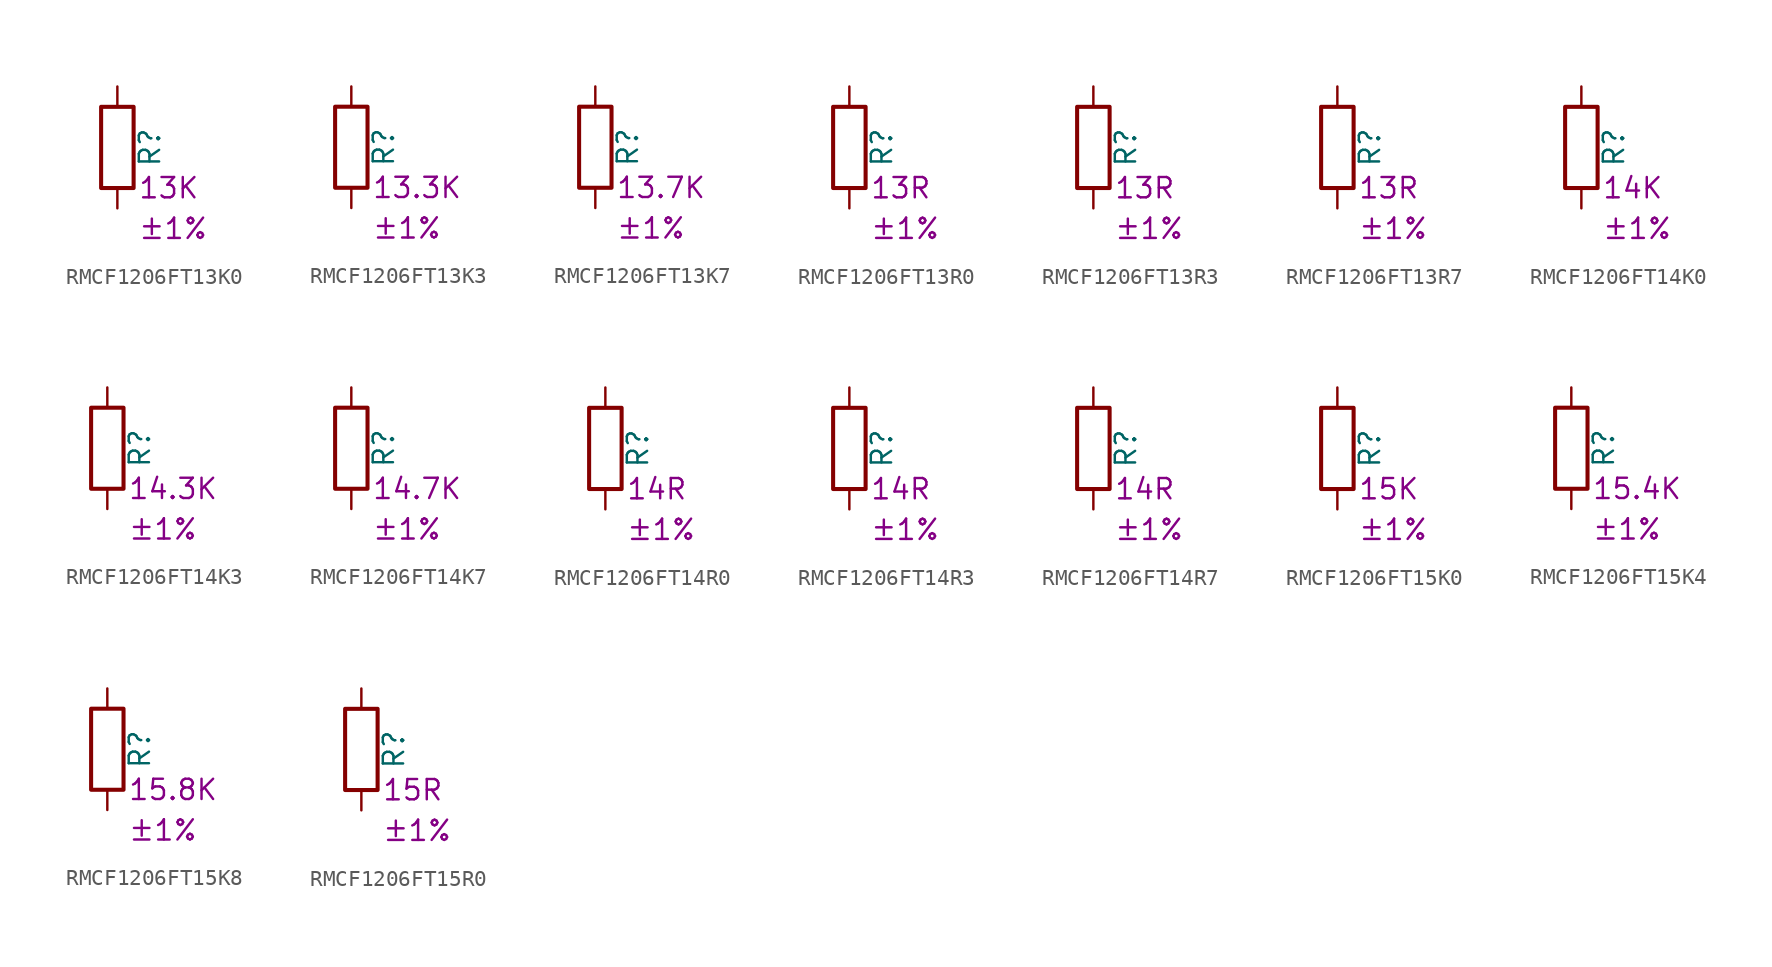
<source format=kicad_sym>
(kicad_symbol_lib
  (version 20220914)
  (generator kicad_symbol_editor)
  (symbol "RMCF1206FT13K0"
    (pin_numbers hide)
    (pin_names
      (offset 0))
    (property "Reference" "R"
      (at 2.032 0 90)
      (effects (font (size 1.27 1.27))))
    (property "Resistance" "13K"
      (at 1.27 -2.54 0)
      (effects (font (size 1.27 1.27)) (justify left)))
    (property "Tolerance" "±1%"
      (at 1.27 -5.08 0)
      (effects (font (size 1.27 1.27)) (justify left)))
    (symbol "RMCF1206FT13K0_0_1"
      (rectangle (start -1.016 -2.54) (end 1.016 2.54) (stroke (width 0.254) (type default)) (fill (type none))))
    (symbol "RMCF1206FT13K0_1_1"
      (pin passive line (at 0 3.81 270) (length 1.27) (name "~" (effects (font (size 1.27 1.27)))) (number "1" (effects (font (size 1.27 1.27)))))
      (pin passive line (at 0 -3.81 90) (length 1.27) (name "~" (effects (font (size 1.27 1.27)))) (number "2" (effects (font (size 1.27 1.27)))))))
  (symbol "RMCF1206FT13K3"
    (pin_numbers hide)
    (pin_names
      (offset 0))
    (property "Reference" "R"
      (at 2.032 0 90)
      (effects (font (size 1.27 1.27))))
    (property "Resistance" "13.3K"
      (at 1.27 -2.54 0)
      (effects (font (size 1.27 1.27)) (justify left)))
    (property "Tolerance" "±1%"
      (at 1.27 -5.08 0)
      (effects (font (size 1.27 1.27)) (justify left)))
    (symbol "RMCF1206FT13K3_0_1"
      (rectangle (start -1.016 -2.54) (end 1.016 2.54) (stroke (width 0.254) (type default)) (fill (type none))))
    (symbol "RMCF1206FT13K3_1_1"
      (pin passive line (at 0 3.81 270) (length 1.27) (name "~" (effects (font (size 1.27 1.27)))) (number "1" (effects (font (size 1.27 1.27)))))
      (pin passive line (at 0 -3.81 90) (length 1.27) (name "~" (effects (font (size 1.27 1.27)))) (number "2" (effects (font (size 1.27 1.27)))))))
  (symbol "RMCF1206FT13K7"
    (pin_numbers hide)
    (pin_names
      (offset 0))
    (property "Reference" "R"
      (at 2.032 0 90)
      (effects (font (size 1.27 1.27))))
    (property "Resistance" "13.7K"
      (at 1.27 -2.54 0)
      (effects (font (size 1.27 1.27)) (justify left)))
    (property "Tolerance" "±1%"
      (at 1.27 -5.08 0)
      (effects (font (size 1.27 1.27)) (justify left)))
    (symbol "RMCF1206FT13K7_0_1"
      (rectangle (start -1.016 -2.54) (end 1.016 2.54) (stroke (width 0.254) (type default)) (fill (type none))))
    (symbol "RMCF1206FT13K7_1_1"
      (pin passive line (at 0 3.81 270) (length 1.27) (name "~" (effects (font (size 1.27 1.27)))) (number "1" (effects (font (size 1.27 1.27)))))
      (pin passive line (at 0 -3.81 90) (length 1.27) (name "~" (effects (font (size 1.27 1.27)))) (number "2" (effects (font (size 1.27 1.27)))))))
  (symbol "RMCF1206FT13R0"
    (pin_numbers hide)
    (pin_names
      (offset 0))
    (property "Reference" "R"
      (at 2.032 0 90)
      (effects (font (size 1.27 1.27))))
    (property "Resistance" "13R"
      (at 1.27 -2.54 0)
      (effects (font (size 1.27 1.27)) (justify left)))
    (property "Tolerance" "±1%"
      (at 1.27 -5.08 0)
      (effects (font (size 1.27 1.27)) (justify left)))
    (symbol "RMCF1206FT13R0_0_1"
      (rectangle (start -1.016 -2.54) (end 1.016 2.54) (stroke (width 0.254) (type default)) (fill (type none))))
    (symbol "RMCF1206FT13R0_1_1"
      (pin passive line (at 0 3.81 270) (length 1.27) (name "~" (effects (font (size 1.27 1.27)))) (number "1" (effects (font (size 1.27 1.27)))))
      (pin passive line (at 0 -3.81 90) (length 1.27) (name "~" (effects (font (size 1.27 1.27)))) (number "2" (effects (font (size 1.27 1.27)))))))
  (symbol "RMCF1206FT13R3"
    (pin_numbers hide)
    (pin_names
      (offset 0))
    (property "Reference" "R"
      (at 2.032 0 90)
      (effects (font (size 1.27 1.27))))
    (property "Resistance" "13R"
      (at 1.27 -2.54 0)
      (effects (font (size 1.27 1.27)) (justify left)))
    (property "Tolerance" "±1%"
      (at 1.27 -5.08 0)
      (effects (font (size 1.27 1.27)) (justify left)))
    (symbol "RMCF1206FT13R3_0_1"
      (rectangle (start -1.016 -2.54) (end 1.016 2.54) (stroke (width 0.254) (type default)) (fill (type none))))
    (symbol "RMCF1206FT13R3_1_1"
      (pin passive line (at 0 3.81 270) (length 1.27) (name "~" (effects (font (size 1.27 1.27)))) (number "1" (effects (font (size 1.27 1.27)))))
      (pin passive line (at 0 -3.81 90) (length 1.27) (name "~" (effects (font (size 1.27 1.27)))) (number "2" (effects (font (size 1.27 1.27)))))))
  (symbol "RMCF1206FT13R7"
    (pin_numbers hide)
    (pin_names
      (offset 0))
    (property "Reference" "R"
      (at 2.032 0 90)
      (effects (font (size 1.27 1.27))))
    (property "Resistance" "13R"
      (at 1.27 -2.54 0)
      (effects (font (size 1.27 1.27)) (justify left)))
    (property "Tolerance" "±1%"
      (at 1.27 -5.08 0)
      (effects (font (size 1.27 1.27)) (justify left)))
    (symbol "RMCF1206FT13R7_0_1"
      (rectangle (start -1.016 -2.54) (end 1.016 2.54) (stroke (width 0.254) (type default)) (fill (type none))))
    (symbol "RMCF1206FT13R7_1_1"
      (pin passive line (at 0 3.81 270) (length 1.27) (name "~" (effects (font (size 1.27 1.27)))) (number "1" (effects (font (size 1.27 1.27)))))
      (pin passive line (at 0 -3.81 90) (length 1.27) (name "~" (effects (font (size 1.27 1.27)))) (number "2" (effects (font (size 1.27 1.27)))))))
  (symbol "RMCF1206FT14K0"
    (pin_numbers hide)
    (pin_names
      (offset 0))
    (property "Reference" "R"
      (at 2.032 0 90)
      (effects (font (size 1.27 1.27))))
    (property "Resistance" "14K"
      (at 1.27 -2.54 0)
      (effects (font (size 1.27 1.27)) (justify left)))
    (property "Tolerance" "±1%"
      (at 1.27 -5.08 0)
      (effects (font (size 1.27 1.27)) (justify left)))
    (symbol "RMCF1206FT14K0_0_1"
      (rectangle (start -1.016 -2.54) (end 1.016 2.54) (stroke (width 0.254) (type default)) (fill (type none))))
    (symbol "RMCF1206FT14K0_1_1"
      (pin passive line (at 0 3.81 270) (length 1.27) (name "~" (effects (font (size 1.27 1.27)))) (number "1" (effects (font (size 1.27 1.27)))))
      (pin passive line (at 0 -3.81 90) (length 1.27) (name "~" (effects (font (size 1.27 1.27)))) (number "2" (effects (font (size 1.27 1.27)))))))
  (symbol "RMCF1206FT14K3"
    (pin_numbers hide)
    (pin_names
      (offset 0))
    (property "Reference" "R"
      (at 2.032 0 90)
      (effects (font (size 1.27 1.27))))
    (property "Resistance" "14.3K"
      (at 1.27 -2.54 0)
      (effects (font (size 1.27 1.27)) (justify left)))
    (property "Tolerance" "±1%"
      (at 1.27 -5.08 0)
      (effects (font (size 1.27 1.27)) (justify left)))
    (symbol "RMCF1206FT14K3_0_1"
      (rectangle (start -1.016 -2.54) (end 1.016 2.54) (stroke (width 0.254) (type default)) (fill (type none))))
    (symbol "RMCF1206FT14K3_1_1"
      (pin passive line (at 0 3.81 270) (length 1.27) (name "~" (effects (font (size 1.27 1.27)))) (number "1" (effects (font (size 1.27 1.27)))))
      (pin passive line (at 0 -3.81 90) (length 1.27) (name "~" (effects (font (size 1.27 1.27)))) (number "2" (effects (font (size 1.27 1.27)))))))
  (symbol "RMCF1206FT14K7"
    (pin_numbers hide)
    (pin_names
      (offset 0))
    (property "Reference" "R"
      (at 2.032 0 90)
      (effects (font (size 1.27 1.27))))
    (property "Resistance" "14.7K"
      (at 1.27 -2.54 0)
      (effects (font (size 1.27 1.27)) (justify left)))
    (property "Tolerance" "±1%"
      (at 1.27 -5.08 0)
      (effects (font (size 1.27 1.27)) (justify left)))
    (symbol "RMCF1206FT14K7_0_1"
      (rectangle (start -1.016 -2.54) (end 1.016 2.54) (stroke (width 0.254) (type default)) (fill (type none))))
    (symbol "RMCF1206FT14K7_1_1"
      (pin passive line (at 0 3.81 270) (length 1.27) (name "~" (effects (font (size 1.27 1.27)))) (number "1" (effects (font (size 1.27 1.27)))))
      (pin passive line (at 0 -3.81 90) (length 1.27) (name "~" (effects (font (size 1.27 1.27)))) (number "2" (effects (font (size 1.27 1.27)))))))
  (symbol "RMCF1206FT14R0"
    (pin_numbers hide)
    (pin_names
      (offset 0))
    (property "Reference" "R"
      (at 2.032 0 90)
      (effects (font (size 1.27 1.27))))
    (property "Resistance" "14R"
      (at 1.27 -2.54 0)
      (effects (font (size 1.27 1.27)) (justify left)))
    (property "Tolerance" "±1%"
      (at 1.27 -5.08 0)
      (effects (font (size 1.27 1.27)) (justify left)))
    (symbol "RMCF1206FT14R0_0_1"
      (rectangle (start -1.016 -2.54) (end 1.016 2.54) (stroke (width 0.254) (type default)) (fill (type none))))
    (symbol "RMCF1206FT14R0_1_1"
      (pin passive line (at 0 3.81 270) (length 1.27) (name "~" (effects (font (size 1.27 1.27)))) (number "1" (effects (font (size 1.27 1.27)))))
      (pin passive line (at 0 -3.81 90) (length 1.27) (name "~" (effects (font (size 1.27 1.27)))) (number "2" (effects (font (size 1.27 1.27)))))))
  (symbol "RMCF1206FT14R3"
    (pin_numbers hide)
    (pin_names
      (offset 0))
    (property "Reference" "R"
      (at 2.032 0 90)
      (effects (font (size 1.27 1.27))))
    (property "Resistance" "14R"
      (at 1.27 -2.54 0)
      (effects (font (size 1.27 1.27)) (justify left)))
    (property "Tolerance" "±1%"
      (at 1.27 -5.08 0)
      (effects (font (size 1.27 1.27)) (justify left)))
    (symbol "RMCF1206FT14R3_0_1"
      (rectangle (start -1.016 -2.54) (end 1.016 2.54) (stroke (width 0.254) (type default)) (fill (type none))))
    (symbol "RMCF1206FT14R3_1_1"
      (pin passive line (at 0 3.81 270) (length 1.27) (name "~" (effects (font (size 1.27 1.27)))) (number "1" (effects (font (size 1.27 1.27)))))
      (pin passive line (at 0 -3.81 90) (length 1.27) (name "~" (effects (font (size 1.27 1.27)))) (number "2" (effects (font (size 1.27 1.27)))))))
  (symbol "RMCF1206FT14R7"
    (pin_numbers hide)
    (pin_names
      (offset 0))
    (property "Reference" "R"
      (at 2.032 0 90)
      (effects (font (size 1.27 1.27))))
    (property "Resistance" "14R"
      (at 1.27 -2.54 0)
      (effects (font (size 1.27 1.27)) (justify left)))
    (property "Tolerance" "±1%"
      (at 1.27 -5.08 0)
      (effects (font (size 1.27 1.27)) (justify left)))
    (symbol "RMCF1206FT14R7_0_1"
      (rectangle (start -1.016 -2.54) (end 1.016 2.54) (stroke (width 0.254) (type default)) (fill (type none))))
    (symbol "RMCF1206FT14R7_1_1"
      (pin passive line (at 0 3.81 270) (length 1.27) (name "~" (effects (font (size 1.27 1.27)))) (number "1" (effects (font (size 1.27 1.27)))))
      (pin passive line (at 0 -3.81 90) (length 1.27) (name "~" (effects (font (size 1.27 1.27)))) (number "2" (effects (font (size 1.27 1.27)))))))
  (symbol "RMCF1206FT15K0"
    (pin_numbers hide)
    (pin_names
      (offset 0))
    (property "Reference" "R"
      (at 2.032 0 90)
      (effects (font (size 1.27 1.27))))
    (property "Resistance" "15K"
      (at 1.27 -2.54 0)
      (effects (font (size 1.27 1.27)) (justify left)))
    (property "Tolerance" "±1%"
      (at 1.27 -5.08 0)
      (effects (font (size 1.27 1.27)) (justify left)))
    (symbol "RMCF1206FT15K0_0_1"
      (rectangle (start -1.016 -2.54) (end 1.016 2.54) (stroke (width 0.254) (type default)) (fill (type none))))
    (symbol "RMCF1206FT15K0_1_1"
      (pin passive line (at 0 3.81 270) (length 1.27) (name "~" (effects (font (size 1.27 1.27)))) (number "1" (effects (font (size 1.27 1.27)))))
      (pin passive line (at 0 -3.81 90) (length 1.27) (name "~" (effects (font (size 1.27 1.27)))) (number "2" (effects (font (size 1.27 1.27)))))))
  (symbol "RMCF1206FT15K4"
    (pin_numbers hide)
    (pin_names
      (offset 0))
    (property "Reference" "R"
      (at 2.032 0 90)
      (effects (font (size 1.27 1.27))))
    (property "Resistance" "15.4K"
      (at 1.27 -2.54 0)
      (effects (font (size 1.27 1.27)) (justify left)))
    (property "Tolerance" "±1%"
      (at 1.27 -5.08 0)
      (effects (font (size 1.27 1.27)) (justify left)))
    (symbol "RMCF1206FT15K4_0_1"
      (rectangle (start -1.016 -2.54) (end 1.016 2.54) (stroke (width 0.254) (type default)) (fill (type none))))
    (symbol "RMCF1206FT15K4_1_1"
      (pin passive line (at 0 3.81 270) (length 1.27) (name "~" (effects (font (size 1.27 1.27)))) (number "1" (effects (font (size 1.27 1.27)))))
      (pin passive line (at 0 -3.81 90) (length 1.27) (name "~" (effects (font (size 1.27 1.27)))) (number "2" (effects (font (size 1.27 1.27)))))))
  (symbol "RMCF1206FT15K8"
    (pin_numbers hide)
    (pin_names
      (offset 0))
    (property "Reference" "R"
      (at 2.032 0 90)
      (effects (font (size 1.27 1.27))))
    (property "Resistance" "15.8K"
      (at 1.27 -2.54 0)
      (effects (font (size 1.27 1.27)) (justify left)))
    (property "Tolerance" "±1%"
      (at 1.27 -5.08 0)
      (effects (font (size 1.27 1.27)) (justify left)))
    (symbol "RMCF1206FT15K8_0_1"
      (rectangle (start -1.016 -2.54) (end 1.016 2.54) (stroke (width 0.254) (type default)) (fill (type none))))
    (symbol "RMCF1206FT15K8_1_1"
      (pin passive line (at 0 3.81 270) (length 1.27) (name "~" (effects (font (size 1.27 1.27)))) (number "1" (effects (font (size 1.27 1.27)))))
      (pin passive line (at 0 -3.81 90) (length 1.27) (name "~" (effects (font (size 1.27 1.27)))) (number "2" (effects (font (size 1.27 1.27)))))))
  (symbol "RMCF1206FT15R0"
    (pin_numbers hide)
    (pin_names
      (offset 0))
    (property "Reference" "R"
      (at 2.032 0 90)
      (effects (font (size 1.27 1.27))))
    (property "Resistance" "15R"
      (at 1.27 -2.54 0)
      (effects (font (size 1.27 1.27)) (justify left)))
    (property "Tolerance" "±1%"
      (at 1.27 -5.08 0)
      (effects (font (size 1.27 1.27)) (justify left)))
    (symbol "RMCF1206FT15R0_0_1"
      (rectangle (start -1.016 -2.54) (end 1.016 2.54) (stroke (width 0.254) (type default)) (fill (type none))))
    (symbol "RMCF1206FT15R0_1_1"
      (pin passive line (at 0 3.81 270) (length 1.27) (name "~" (effects (font (size 1.27 1.27)))) (number "1" (effects (font (size 1.27 1.27)))))
      (pin passive line (at 0 -3.81 90) (length 1.27) (name "~" (effects (font (size 1.27 1.27)))) (number "2" (effects (font (size 1.27 1.27))))))))
</source>
